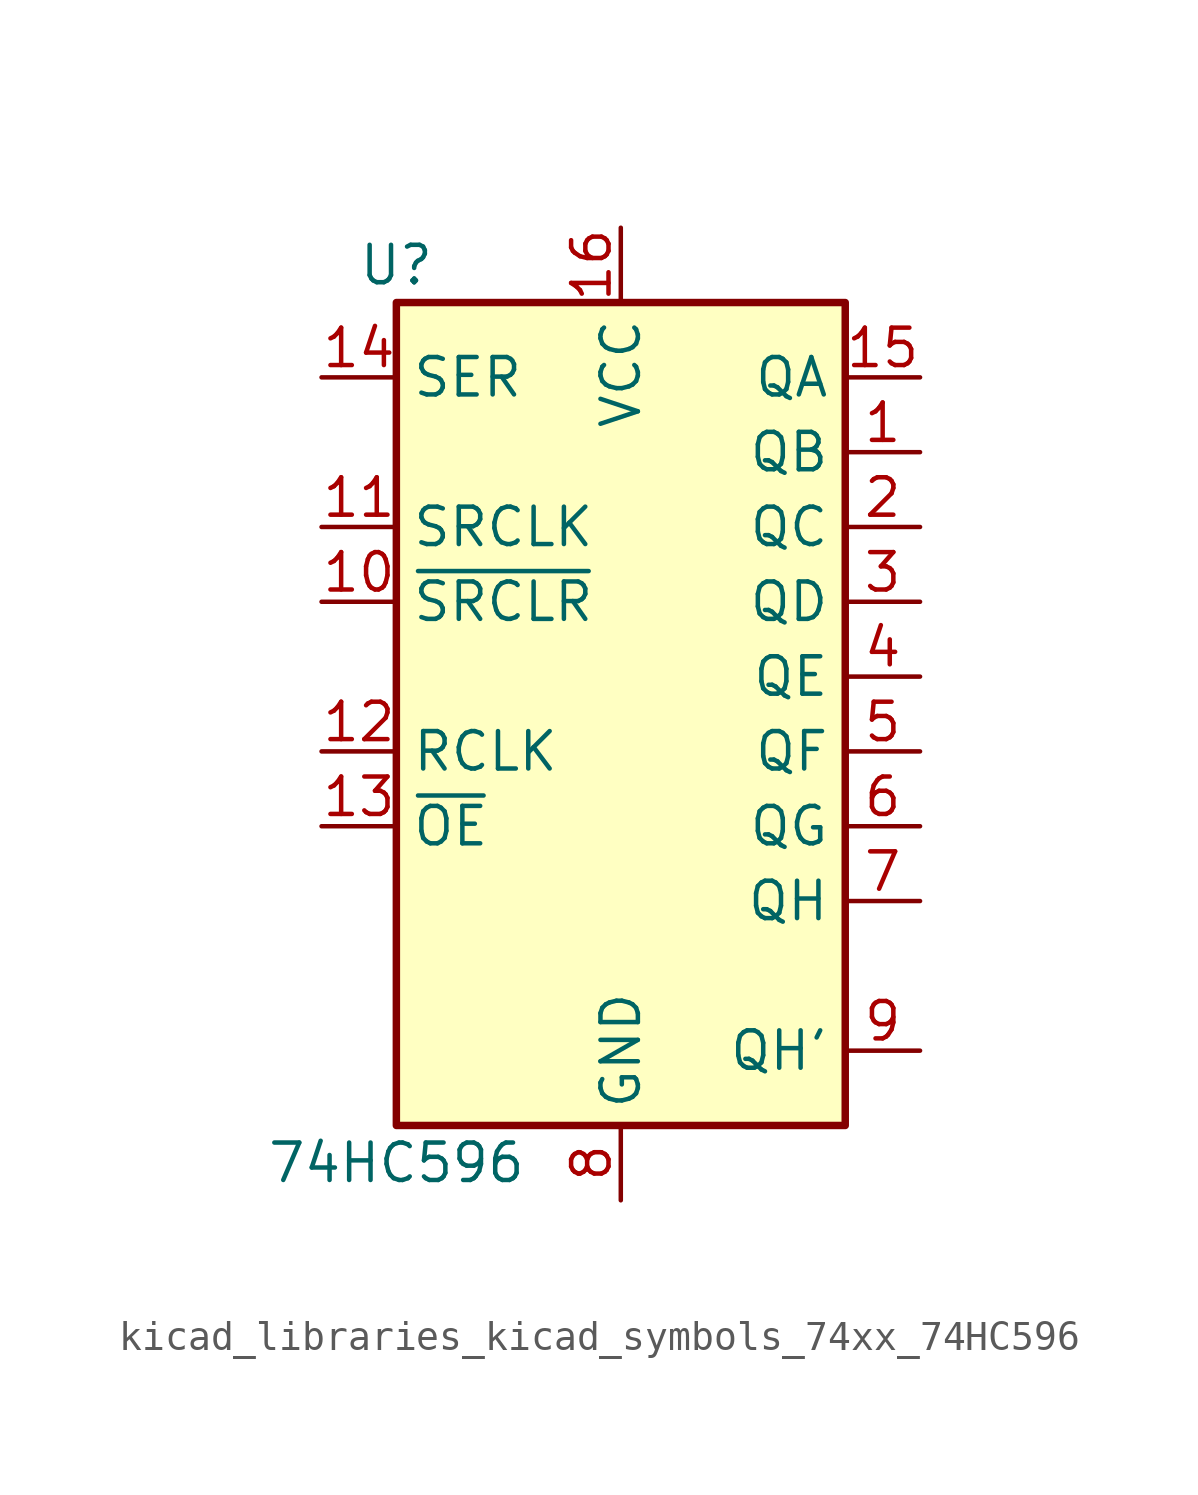
<source format=kicad_sym>
(kicad_symbol_lib
  (version 20220914)
  (generator kicad_symbol_editor)
  (symbol "kicad_libraries_kicad_symbols_74xx_74HC596"
    (property "Reference" "U"
      (at -7.62 13.97 0)
      (effects (font (size 1.27 1.27))))
    (property "Value" "74HC596"
      (at -7.62 -16.51 0)
      (effects (font (size 1.27 1.27))))
    (symbol "kicad_libraries_kicad_symbols_74xx_74HC596_1_0"
      (pin open_collector line (at 10.16 7.62 180) (length 2.54) (name "QB" (effects (font (size 1.27 1.27)))) (number "1" (effects (font (size 1.27 1.27)))))
      (pin input line (at -10.16 2.54 0) (length 2.54) (name "~{SRCLR}" (effects (font (size 1.27 1.27)))) (number "10" (effects (font (size 1.27 1.27)))))
      (pin input line (at -10.16 5.08 0) (length 2.54) (name "SRCLK" (effects (font (size 1.27 1.27)))) (number "11" (effects (font (size 1.27 1.27)))))
      (pin input line (at -10.16 -2.54 0) (length 2.54) (name "RCLK" (effects (font (size 1.27 1.27)))) (number "12" (effects (font (size 1.27 1.27)))))
      (pin input line (at -10.16 -5.08 0) (length 2.54) (name "~{OE}" (effects (font (size 1.27 1.27)))) (number "13" (effects (font (size 1.27 1.27)))))
      (pin input line (at -10.16 10.16 0) (length 2.54) (name "SER" (effects (font (size 1.27 1.27)))) (number "14" (effects (font (size 1.27 1.27)))))
      (pin open_collector line (at 10.16 10.16 180) (length 2.54) (name "QA" (effects (font (size 1.27 1.27)))) (number "15" (effects (font (size 1.27 1.27)))))
      (pin power_in line (at 0 15.24 270) (length 2.54) (name "VCC" (effects (font (size 1.27 1.27)))) (number "16" (effects (font (size 1.27 1.27)))))
      (pin open_collector line (at 10.16 5.08 180) (length 2.54) (name "QC" (effects (font (size 1.27 1.27)))) (number "2" (effects (font (size 1.27 1.27)))))
      (pin open_collector line (at 10.16 2.54 180) (length 2.54) (name "QD" (effects (font (size 1.27 1.27)))) (number "3" (effects (font (size 1.27 1.27)))))
      (pin open_collector line (at 10.16 0 180) (length 2.54) (name "QE" (effects (font (size 1.27 1.27)))) (number "4" (effects (font (size 1.27 1.27)))))
      (pin open_collector line (at 10.16 -2.54 180) (length 2.54) (name "QF" (effects (font (size 1.27 1.27)))) (number "5" (effects (font (size 1.27 1.27)))))
      (pin open_collector line (at 10.16 -5.08 180) (length 2.54) (name "QG" (effects (font (size 1.27 1.27)))) (number "6" (effects (font (size 1.27 1.27)))))
      (pin open_collector line (at 10.16 -7.62 180) (length 2.54) (name "QH" (effects (font (size 1.27 1.27)))) (number "7" (effects (font (size 1.27 1.27)))))
      (pin power_in line (at 0 -17.78 90) (length 2.54) (name "GND" (effects (font (size 1.27 1.27)))) (number "8" (effects (font (size 1.27 1.27)))))
      (pin output line (at 10.16 -12.7 180) (length 2.54) (name "QH'" (effects (font (size 1.27 1.27)))) (number "9" (effects (font (size 1.27 1.27))))))
    (symbol "kicad_libraries_kicad_symbols_74xx_74HC596_1_1"
      (rectangle (start -7.62 12.7) (end 7.62 -15.24) (stroke (width 0.254) (type default)) (fill (type background))))))
</source>
